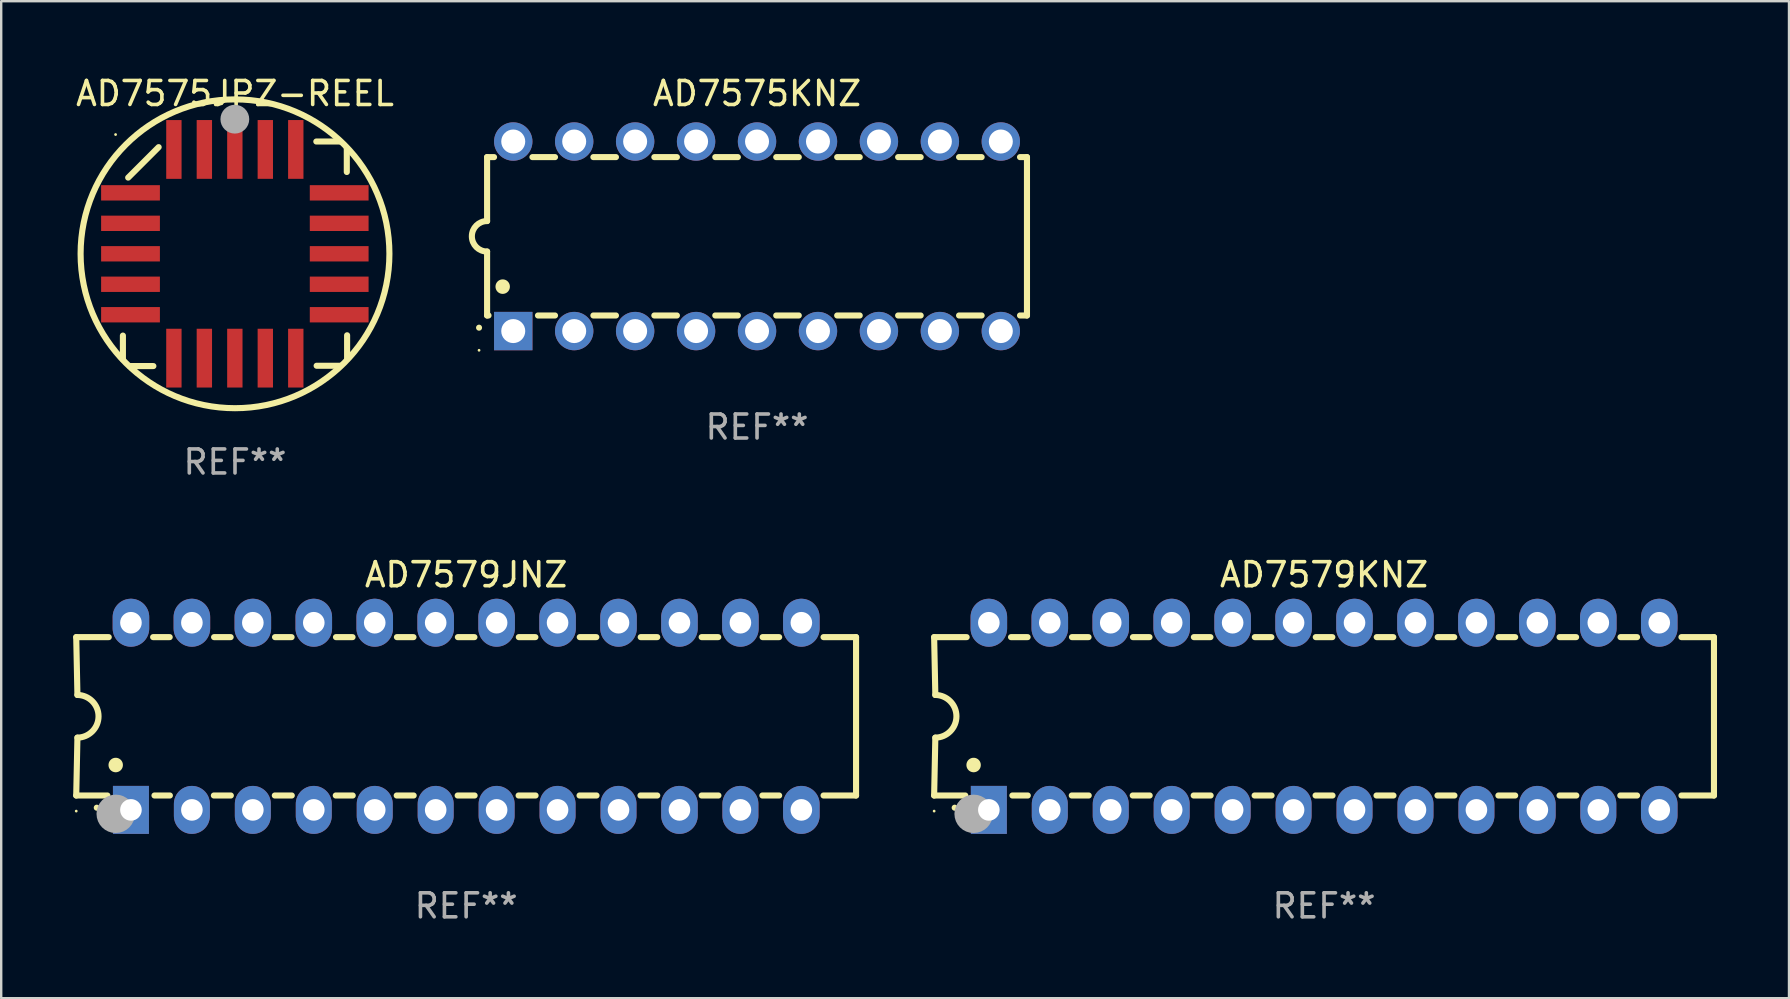
<source format=kicad_pcb>
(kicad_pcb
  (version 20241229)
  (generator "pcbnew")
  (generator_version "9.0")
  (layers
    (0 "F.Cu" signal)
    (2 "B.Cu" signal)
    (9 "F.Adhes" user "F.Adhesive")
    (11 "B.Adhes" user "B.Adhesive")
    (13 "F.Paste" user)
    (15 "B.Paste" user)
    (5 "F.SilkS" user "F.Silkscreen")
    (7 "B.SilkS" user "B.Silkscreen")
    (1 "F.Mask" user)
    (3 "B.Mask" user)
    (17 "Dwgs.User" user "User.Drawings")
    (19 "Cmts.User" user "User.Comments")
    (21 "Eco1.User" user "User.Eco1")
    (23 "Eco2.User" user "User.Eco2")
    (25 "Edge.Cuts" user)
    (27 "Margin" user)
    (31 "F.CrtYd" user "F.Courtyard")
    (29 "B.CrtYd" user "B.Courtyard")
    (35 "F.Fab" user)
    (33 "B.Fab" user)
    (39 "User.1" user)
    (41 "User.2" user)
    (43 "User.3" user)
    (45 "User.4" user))
  (footprint "AD7575KNZ"
    (layer "F.Cu")
    (at 28.5 6.798)
    (property "Reference" "AD7575KNZ" (at 0 -5.95 0) (layer "F.SilkS") (effects (font (size 1 1) (thickness 0.15))))
    (attr through_hole)
    (fp_line (start -11.25 -3.3) (end -11.25 -0.635) (stroke (width 0.254) (type solid)) (layer "F.SilkS"))
    (fp_line (start -11.25 -3.3) (end -10.96 -3.3) (stroke (width 0.254) (type solid)) (layer "F.SilkS"))
    (fp_line (start -11.25 3.3) (end -11.25 0.635) (stroke (width 0.254) (type solid)) (layer "F.SilkS"))
    (fp_line (start -11.25 3.3) (end -11.191 3.3) (stroke (width 0.254) (type solid)) (layer "F.SilkS"))
    (fp_line (start -9.36 -3.3) (end -8.42 -3.3) (stroke (width 0.254) (type solid)) (layer "F.SilkS"))
    (fp_line (start -9.129 3.3) (end -8.42 3.3) (stroke (width 0.254) (type solid)) (layer "F.SilkS"))
    (fp_line (start -6.82 -3.3) (end -5.88 -3.3) (stroke (width 0.254) (type solid)) (layer "F.SilkS"))
    (fp_line (start -6.82 3.3) (end -5.88 3.3) (stroke (width 0.254) (type solid)) (layer "F.SilkS"))
    (fp_line (start -4.28 -3.3) (end -3.34 -3.3) (stroke (width 0.254) (type solid)) (layer "F.SilkS"))
    (fp_line (start -4.28 3.3) (end -3.34 3.3) (stroke (width 0.254) (type solid)) (layer "F.SilkS"))
    (fp_line (start -1.74 -3.3) (end -0.8 -3.3) (stroke (width 0.254) (type solid)) (layer "F.SilkS"))
    (fp_line (start -1.74 3.3) (end -0.8 3.3) (stroke (width 0.254) (type solid)) (layer "F.SilkS"))
    (fp_line (start 0.8 -3.3) (end 1.74 -3.3) (stroke (width 0.254) (type solid)) (layer "F.SilkS"))
    (fp_line (start 0.8 3.3) (end 1.74 3.3) (stroke (width 0.254) (type solid)) (layer "F.SilkS"))
    (fp_line (start 3.34 -3.3) (end 4.28 -3.3) (stroke (width 0.254) (type solid)) (layer "F.SilkS"))
    (fp_line (start 3.34 3.3) (end 4.28 3.3) (stroke (width 0.254) (type solid)) (layer "F.SilkS"))
    (fp_line (start 5.88 -3.3) (end 6.82 -3.3) (stroke (width 0.254) (type solid)) (layer "F.SilkS"))
    (fp_line (start 5.88 3.3) (end 6.82 3.3) (stroke (width 0.254) (type solid)) (layer "F.SilkS"))
    (fp_line (start 8.42 -3.3) (end 9.36 -3.3) (stroke (width 0.254) (type solid)) (layer "F.SilkS"))
    (fp_line (start 8.42 3.3) (end 9.36 3.3) (stroke (width 0.254) (type solid)) (layer "F.SilkS"))
    (fp_line (start 10.96 -3.3) (end 11.25 -3.3) (stroke (width 0.254) (type solid)) (layer "F.SilkS"))
    (fp_line (start 10.96 3.3) (end 11.25 3.3) (stroke (width 0.254) (type solid)) (layer "F.SilkS"))
    (fp_line (start 11.25 -3.3) (end 11.25 3.3) (stroke (width 0.254) (type solid)) (layer "F.SilkS"))
    (fp_arc (start -11.584963 3.810008) (mid -11.58497 3.808738) (end -11.584963 3.807468) (stroke (width 0.25) (type solid)) (layer "F.SilkS"))
    (fp_arc (start -11.250013 0.635001) (mid -11.884684 -0.000165) (end -11.249683 -0.635001) (stroke (width 0.254001) (type solid)) (layer "F.SilkS"))
    (fp_arc (start -10.600025 2.1) (mid -10.600036 2.09746) (end -10.600025 2.09492) (stroke (width 0.6) (type solid)) (layer "F.SilkS"))
    (fp_circle (center -11.585 4.75) (end -11.555 4.75) (stroke (width 0.06) (type solid)) (fill no) (layer "F.SilkS"))
    (fp_text user "REF**" (at 0 7.95 0) (layer "F.Fab") (effects (font (size 1 1) (thickness 0.15))))
    (pad "1" thru_hole rect (at -10.16 3.95 90) (size 1.6 1.6) (drill 1) (layers "*.Cu" "*.Mask"))
    (pad "2" thru_hole circle (at -7.62 3.95 90) (size 1.6 1.6) (drill 1) (layers "*.Cu" "*.Mask"))
    (pad "3" thru_hole circle (at -5.08 3.95 90) (size 1.6 1.6) (drill 1) (layers "*.Cu" "*.Mask"))
    (pad "4" thru_hole circle (at -2.54 3.95 90) (size 1.6 1.6) (drill 1) (layers "*.Cu" "*.Mask"))
    (pad "5" thru_hole circle (at 0 3.95 90) (size 1.6 1.6) (drill 1) (layers "*.Cu" "*.Mask"))
    (pad "6" thru_hole circle (at 2.54 3.95 90) (size 1.6 1.6) (drill 1) (layers "*.Cu" "*.Mask"))
    (pad "7" thru_hole circle (at 5.08 3.95 90) (size 1.6 1.6) (drill 1) (layers "*.Cu" "*.Mask"))
    (pad "8" thru_hole circle (at 7.62 3.95 90) (size 1.6 1.6) (drill 1) (layers "*.Cu" "*.Mask"))
    (pad "9" thru_hole circle (at 10.16 3.95 90) (size 1.6 1.6) (drill 1) (layers "*.Cu" "*.Mask"))
    (pad "10" thru_hole circle (at 10.16 -3.95 90) (size 1.6 1.6) (drill 1) (layers "*.Cu" "*.Mask"))
    (pad "11" thru_hole circle (at 7.62 -3.95 90) (size 1.6 1.6) (drill 1) (layers "*.Cu" "*.Mask"))
    (pad "12" thru_hole circle (at 5.08 -3.95 90) (size 1.6 1.6) (drill 1) (layers "*.Cu" "*.Mask"))
    (pad "13" thru_hole circle (at 2.54 -3.95 90) (size 1.6 1.6) (drill 1) (layers "*.Cu" "*.Mask"))
    (pad "14" thru_hole circle (at 0 -3.95 90) (size 1.6 1.6) (drill 1) (layers "*.Cu" "*.Mask"))
    (pad "15" thru_hole circle (at -2.54 -3.95 90) (size 1.6 1.6) (drill 1) (layers "*.Cu" "*.Mask"))
    (pad "16" thru_hole circle (at -5.08 -3.95 90) (size 1.6 1.6) (drill 1) (layers "*.Cu" "*.Mask"))
    (pad "17" thru_hole circle (at -7.62 -3.95 90) (size 1.6 1.6) (drill 1) (layers "*.Cu" "*.Mask"))
    (pad "18" thru_hole circle (at -10.16 -3.95 90) (size 1.6 1.6) (drill 1) (layers "*.Cu" "*.Mask")))
  (footprint "AD7575JPZ-REEL"
    (layer "F.Cu")
    (at 6.744 7.527)
    (property "Reference" "AD7575JPZ-REEL" (at 0 -6.679 0) (layer "F.SilkS") (effects (font (size 1 1) (thickness 0.15))))
    (attr through_hole)
    (fp_line (start -4.672 4.4) (end -4.672 3.409) (stroke (width 0.254) (type solid)) (layer "F.SilkS"))
    (fp_line (start -4.452 -3.175) (end -3.182 -4.445) (stroke (width 0.254) (type solid)) (layer "F.SilkS"))
    (fp_line (start -4.393 4.679) (end -3.402 4.679) (stroke (width 0.254) (type solid)) (layer "F.SilkS"))
    (fp_line (start 4.379 -4.679) (end 3.389 -4.679) (stroke (width 0.254) (type solid)) (layer "F.SilkS"))
    (fp_line (start 4.393 4.666) (end 3.402 4.666) (stroke (width 0.254) (type solid)) (layer "F.SilkS"))
    (fp_line (start 4.659 -4.4) (end 4.659 -3.409) (stroke (width 0.254) (type solid)) (layer "F.SilkS"))
    (fp_line (start 4.672 4.386) (end 4.672 3.396) (stroke (width 0.254) (type solid)) (layer "F.SilkS"))
    (fp_arc (start -4.672276 4.424968) (mid 4.672254 -4.424946) (end -4.672276 4.424968) (stroke (width 0.254001) (type solid)) (layer "F.SilkS"))
    (fp_arc (start 0.089827 -5.759969) (mid 0.097662 -5.803742) (end 0.120307 -5.842012) (stroke (width 0.249936) (type solid)) (layer "F.SilkS"))
    (fp_circle (center -4.977 -4.97) (end -4.947 -4.97) (stroke (width 0.06) (type solid)) (fill no) (layer "F.SilkS"))
    (fp_circle (center -0.007 -5.61) (end 0.293 -5.61) (stroke (width 0.6) (type solid)) (fill no) (layer "F.Fab"))
    (fp_text user "REF**" (at 0 8.679 0) (layer "F.Fab") (effects (font (size 1 1) (thickness 0.15))))
    (pad "1" smd rect (at -0.007 -4.349) (size 0.64 2.45) (layers "F.Cu" "F.Mask" "F.Paste"))
    (pad "2" smd rect (at -1.277 -4.349) (size 0.64 2.45) (layers "F.Cu" "F.Mask" "F.Paste"))
    (pad "3" smd rect (at -2.547 -4.348) (size 0.64 2.45) (layers "F.Cu" "F.Mask" "F.Paste"))
    (pad "4" smd rect (at -4.355 -2.54) (size 2.45 0.64) (layers "F.Cu" "F.Mask" "F.Paste"))
    (pad "5" smd rect (at -4.355 -1.27) (size 2.45 0.64) (layers "F.Cu" "F.Mask" "F.Paste"))
    (pad "6" smd rect (at -4.355 0) (size 2.45 0.64) (layers "F.Cu" "F.Mask" "F.Paste"))
    (pad "7" smd rect (at -4.355 1.27) (size 2.45 0.64) (layers "F.Cu" "F.Mask" "F.Paste"))
    (pad "8" smd rect (at -4.355 2.54) (size 2.45 0.64) (layers "F.Cu" "F.Mask" "F.Paste"))
    (pad "9" smd rect (at -2.547 4.349) (size 0.64 2.45) (layers "F.Cu" "F.Mask" "F.Paste"))
    (pad "10" smd rect (at -1.277 4.349) (size 0.64 2.45) (layers "F.Cu" "F.Mask" "F.Paste"))
    (pad "11" smd rect (at -0.007 4.349) (size 0.64 2.45) (layers "F.Cu" "F.Mask" "F.Paste"))
    (pad "12" smd rect (at 1.263 4.349) (size 0.64 2.45) (layers "F.Cu" "F.Mask" "F.Paste"))
    (pad "13" smd rect (at 2.533 4.349) (size 0.64 2.45) (layers "F.Cu" "F.Mask" "F.Paste"))
    (pad "14" smd rect (at 4.342 2.54) (size 2.45 0.64) (layers "F.Cu" "F.Mask" "F.Paste"))
    (pad "15" smd rect (at 4.342 1.27) (size 2.45 0.64) (layers "F.Cu" "F.Mask" "F.Paste"))
    (pad "16" smd rect (at 4.342 0) (size 2.45 0.64) (layers "F.Cu" "F.Mask" "F.Paste"))
    (pad "17" smd rect (at 4.342 -1.27) (size 2.45 0.64) (layers "F.Cu" "F.Mask" "F.Paste"))
    (pad "18" smd rect (at 4.342 -2.54) (size 2.45 0.64) (layers "F.Cu" "F.Mask" "F.Paste"))
    (pad "19" smd rect (at 2.533 -4.349) (size 0.64 2.45) (layers "F.Cu" "F.Mask" "F.Paste"))
    (pad "20" smd rect (at 1.263 -4.349) (size 0.64 2.45) (layers "F.Cu" "F.Mask" "F.Paste")))
  (footprint "AD7579JNZ"
    (layer "F.Cu")
    (at 16.377 26.803)
    (property "Reference" "AD7579JNZ" (at 0 -5.9 0) (layer "F.SilkS") (effects (font (size 1 1) (thickness 0.15))))
    (attr through_hole)
    (fp_line (start -16.25 -3.3) (end -16.2 -0.889) (stroke (width 0.254) (type solid)) (layer "F.SilkS"))
    (fp_line (start -16.25 -3.3) (end -14.895 -3.3) (stroke (width 0.254) (type solid)) (layer "F.SilkS"))
    (fp_line (start -16.25 3.3) (end -16.2 0.889) (stroke (width 0.254) (type solid)) (layer "F.SilkS"))
    (fp_line (start -16.25 3.3) (end -14.951 3.3) (stroke (width 0.254) (type solid)) (layer "F.SilkS"))
    (fp_line (start -13.045 -3.3) (end -12.355 -3.3) (stroke (width 0.254) (type solid)) (layer "F.SilkS"))
    (fp_line (start -12.989 3.3) (end -12.347 3.3) (stroke (width 0.254) (type solid)) (layer "F.SilkS"))
    (fp_line (start -10.514 3.3) (end -9.807 3.3) (stroke (width 0.254) (type solid)) (layer "F.SilkS"))
    (fp_line (start -10.505 -3.3) (end -9.815 -3.3) (stroke (width 0.254) (type solid)) (layer "F.SilkS"))
    (fp_line (start -7.974 3.3) (end -7.267 3.3) (stroke (width 0.254) (type solid)) (layer "F.SilkS"))
    (fp_line (start -7.965 -3.3) (end -7.275 -3.3) (stroke (width 0.254) (type solid)) (layer "F.SilkS"))
    (fp_line (start -5.434 3.3) (end -4.727 3.3) (stroke (width 0.254) (type solid)) (layer "F.SilkS"))
    (fp_line (start -5.425 -3.3) (end -4.735 -3.3) (stroke (width 0.254) (type solid)) (layer "F.SilkS"))
    (fp_line (start -2.894 3.3) (end -2.187 3.3) (stroke (width 0.254) (type solid)) (layer "F.SilkS"))
    (fp_line (start -2.885 -3.3) (end -2.195 -3.3) (stroke (width 0.254) (type solid)) (layer "F.SilkS"))
    (fp_line (start -0.354 3.3) (end 0.353 3.3) (stroke (width 0.254) (type solid)) (layer "F.SilkS"))
    (fp_line (start -0.345 -3.3) (end 0.345 -3.3) (stroke (width 0.254) (type solid)) (layer "F.SilkS"))
    (fp_line (start 2.186 3.3) (end 2.893 3.3) (stroke (width 0.254) (type solid)) (layer "F.SilkS"))
    (fp_line (start 2.195 -3.3) (end 2.885 -3.3) (stroke (width 0.254) (type solid)) (layer "F.SilkS"))
    (fp_line (start 4.726 3.3) (end 5.434 3.3) (stroke (width 0.254) (type solid)) (layer "F.SilkS"))
    (fp_line (start 4.735 -3.3) (end 5.425 -3.3) (stroke (width 0.254) (type solid)) (layer "F.SilkS"))
    (fp_line (start 7.266 3.3) (end 7.965 3.3) (stroke (width 0.254) (type solid)) (layer "F.SilkS"))
    (fp_line (start 7.275 -3.3) (end 7.965 -3.3) (stroke (width 0.254) (type solid)) (layer "F.SilkS"))
    (fp_line (start 9.815 -3.3) (end 10.505 -3.3) (stroke (width 0.254) (type solid)) (layer "F.SilkS"))
    (fp_line (start 9.815 3.3) (end 10.514 3.3) (stroke (width 0.254) (type solid)) (layer "F.SilkS"))
    (fp_line (start 12.346 3.3) (end 13.045 3.3) (stroke (width 0.254) (type solid)) (layer "F.SilkS"))
    (fp_line (start 12.355 -3.3) (end 13.045 -3.3) (stroke (width 0.254) (type solid)) (layer "F.SilkS"))
    (fp_line (start 16.25 -3.3) (end 14.895 -3.3) (stroke (width 0.254) (type solid)) (layer "F.SilkS"))
    (fp_line (start 16.25 -3.3) (end 16.25 3.3) (stroke (width 0.254) (type solid)) (layer "F.SilkS"))
    (fp_line (start 16.25 3.3) (end 14.895 3.3) (stroke (width 0.254) (type solid)) (layer "F.SilkS"))
    (fp_arc (start -16.201016 -0.890146) (mid -15.311429 -0.001055) (end -16.200025 0.889027) (stroke (width 0.254001) (type solid)) (layer "F.SilkS"))
    (fp_arc (start -15.394971 3.810033) (mid -15.394978 3.808763) (end -15.394971 3.807493) (stroke (width 0.25) (type solid)) (layer "F.SilkS"))
    (fp_arc (start -14.605029 2.032029) (mid -14.60504 2.029489) (end -14.605029 2.026949) (stroke (width 0.6) (type solid)) (layer "F.SilkS"))
    (fp_circle (center -16.25 3.95) (end -16.22 3.95) (stroke (width 0.06) (type solid)) (fill no) (layer "F.SilkS"))
    (fp_circle (center -14.605 4.064) (end -14.205 4.064) (stroke (width 0.8) (type solid)) (fill no) (layer "F.Fab"))
    (fp_text user "REF**" (at 0 7.9 0) (layer "F.Fab") (effects (font (size 1 1) (thickness 0.15))))
    (pad "1" thru_hole rect (at -13.97 3.9 90) (size 2 1.5) (drill 0.9) (layers "*.Cu" "*.Mask"))
    (pad "2" thru_hole oval (at -11.43 3.9 90) (size 2 1.5) (drill 0.9) (layers "*.Cu" "*.Mask"))
    (pad "3" thru_hole oval (at -8.89 3.9 90) (size 2 1.5) (drill 0.9) (layers "*.Cu" "*.Mask"))
    (pad "4" thru_hole oval (at -6.35 3.9 90) (size 2 1.5) (drill 0.9) (layers "*.Cu" "*.Mask"))
    (pad "5" thru_hole oval (at -3.81 3.9 90) (size 2 1.5) (drill 0.9) (layers "*.Cu" "*.Mask"))
    (pad "6" thru_hole oval (at -1.27 3.9 90) (size 2 1.5) (drill 0.9) (layers "*.Cu" "*.Mask"))
    (pad "7" thru_hole oval (at 1.27 3.9 90) (size 2 1.5) (drill 0.9) (layers "*.Cu" "*.Mask"))
    (pad "8" thru_hole oval (at 3.81 3.9 90) (size 2 1.5) (drill 0.9) (layers "*.Cu" "*.Mask"))
    (pad "9" thru_hole oval (at 6.35 3.9 90) (size 2 1.5) (drill 0.9) (layers "*.Cu" "*.Mask"))
    (pad "10" thru_hole oval (at 8.89 3.9 90) (size 2 1.524) (drill 0.9) (layers "*.Cu" "*.Mask"))
    (pad "11" thru_hole oval (at 11.43 3.9 90) (size 2 1.5) (drill 0.9) (layers "*.Cu" "*.Mask"))
    (pad "12" thru_hole oval (at 13.97 3.9 90) (size 2 1.524) (drill 0.9) (layers "*.Cu" "*.Mask"))
    (pad "13" thru_hole oval (at 13.97 -3.9 90) (size 2 1.524) (drill 0.9) (layers "*.Cu" "*.Mask"))
    (pad "14" thru_hole oval (at 11.43 -3.9 90) (size 2 1.524) (drill 0.9) (layers "*.Cu" "*.Mask"))
    (pad "15" thru_hole oval (at 8.89 -3.9 90) (size 2 1.524) (drill 0.9) (layers "*.Cu" "*.Mask"))
    (pad "16" thru_hole oval (at 6.35 -3.9 90) (size 2 1.524) (drill 0.9) (layers "*.Cu" "*.Mask"))
    (pad "17" thru_hole oval (at 3.81 -3.9 90) (size 2 1.524) (drill 0.9) (layers "*.Cu" "*.Mask"))
    (pad "18" thru_hole oval (at 1.27 -3.9 90) (size 2 1.524) (drill 0.9) (layers "*.Cu" "*.Mask"))
    (pad "19" thru_hole oval (at -1.27 -3.9 90) (size 2 1.524) (drill 0.9) (layers "*.Cu" "*.Mask"))
    (pad "20" thru_hole oval (at -3.81 -3.9 90) (size 2 1.524) (drill 0.9) (layers "*.Cu" "*.Mask"))
    (pad "21" thru_hole oval (at -6.35 -3.9 90) (size 2 1.524) (drill 0.9) (layers "*.Cu" "*.Mask"))
    (pad "22" thru_hole oval (at -8.89 -3.9 90) (size 2 1.524) (drill 0.9) (layers "*.Cu" "*.Mask"))
    (pad "23" thru_hole oval (at -11.43 -3.9 90) (size 2 1.524) (drill 0.9) (layers "*.Cu" "*.Mask"))
    (pad "24" thru_hole oval (at -13.97 -3.9 90) (size 2 1.524) (drill 0.9) (layers "*.Cu" "*.Mask")))
  (footprint "AD7579KNZ"
    (layer "F.Cu")
    (at 52.131 26.803)
    (property "Reference" "AD7579KNZ" (at 0 -5.9 0) (layer "F.SilkS") (effects (font (size 1 1) (thickness 0.15))))
    (attr through_hole)
    (fp_line (start -16.25 -3.3) (end -16.2 -0.889) (stroke (width 0.254) (type solid)) (layer "F.SilkS"))
    (fp_line (start -16.25 -3.3) (end -14.895 -3.3) (stroke (width 0.254) (type solid)) (layer "F.SilkS"))
    (fp_line (start -16.25 3.3) (end -16.2 0.889) (stroke (width 0.254) (type solid)) (layer "F.SilkS"))
    (fp_line (start -16.25 3.3) (end -14.951 3.3) (stroke (width 0.254) (type solid)) (layer "F.SilkS"))
    (fp_line (start -13.045 -3.3) (end -12.355 -3.3) (stroke (width 0.254) (type solid)) (layer "F.SilkS"))
    (fp_line (start -12.989 3.3) (end -12.347 3.3) (stroke (width 0.254) (type solid)) (layer "F.SilkS"))
    (fp_line (start -10.514 3.3) (end -9.807 3.3) (stroke (width 0.254) (type solid)) (layer "F.SilkS"))
    (fp_line (start -10.505 -3.3) (end -9.815 -3.3) (stroke (width 0.254) (type solid)) (layer "F.SilkS"))
    (fp_line (start -7.974 3.3) (end -7.267 3.3) (stroke (width 0.254) (type solid)) (layer "F.SilkS"))
    (fp_line (start -7.965 -3.3) (end -7.275 -3.3) (stroke (width 0.254) (type solid)) (layer "F.SilkS"))
    (fp_line (start -5.434 3.3) (end -4.727 3.3) (stroke (width 0.254) (type solid)) (layer "F.SilkS"))
    (fp_line (start -5.425 -3.3) (end -4.735 -3.3) (stroke (width 0.254) (type solid)) (layer "F.SilkS"))
    (fp_line (start -2.894 3.3) (end -2.187 3.3) (stroke (width 0.254) (type solid)) (layer "F.SilkS"))
    (fp_line (start -2.885 -3.3) (end -2.195 -3.3) (stroke (width 0.254) (type solid)) (layer "F.SilkS"))
    (fp_line (start -0.354 3.3) (end 0.353 3.3) (stroke (width 0.254) (type solid)) (layer "F.SilkS"))
    (fp_line (start -0.345 -3.3) (end 0.345 -3.3) (stroke (width 0.254) (type solid)) (layer "F.SilkS"))
    (fp_line (start 2.186 3.3) (end 2.893 3.3) (stroke (width 0.254) (type solid)) (layer "F.SilkS"))
    (fp_line (start 2.195 -3.3) (end 2.885 -3.3) (stroke (width 0.254) (type solid)) (layer "F.SilkS"))
    (fp_line (start 4.726 3.3) (end 5.434 3.3) (stroke (width 0.254) (type solid)) (layer "F.SilkS"))
    (fp_line (start 4.735 -3.3) (end 5.425 -3.3) (stroke (width 0.254) (type solid)) (layer "F.SilkS"))
    (fp_line (start 7.266 3.3) (end 7.965 3.3) (stroke (width 0.254) (type solid)) (layer "F.SilkS"))
    (fp_line (start 7.275 -3.3) (end 7.965 -3.3) (stroke (width 0.254) (type solid)) (layer "F.SilkS"))
    (fp_line (start 9.815 -3.3) (end 10.505 -3.3) (stroke (width 0.254) (type solid)) (layer "F.SilkS"))
    (fp_line (start 9.815 3.3) (end 10.514 3.3) (stroke (width 0.254) (type solid)) (layer "F.SilkS"))
    (fp_line (start 12.346 3.3) (end 13.045 3.3) (stroke (width 0.254) (type solid)) (layer "F.SilkS"))
    (fp_line (start 12.355 -3.3) (end 13.045 -3.3) (stroke (width 0.254) (type solid)) (layer "F.SilkS"))
    (fp_line (start 16.25 -3.3) (end 14.895 -3.3) (stroke (width 0.254) (type solid)) (layer "F.SilkS"))
    (fp_line (start 16.25 -3.3) (end 16.25 3.3) (stroke (width 0.254) (type solid)) (layer "F.SilkS"))
    (fp_line (start 16.25 3.3) (end 14.895 3.3) (stroke (width 0.254) (type solid)) (layer "F.SilkS"))
    (fp_arc (start -16.201016 -0.890146) (mid -15.311429 -0.001055) (end -16.200025 0.889027) (stroke (width 0.254001) (type solid)) (layer "F.SilkS"))
    (fp_arc (start -15.394971 3.810033) (mid -15.394978 3.808763) (end -15.394971 3.807493) (stroke (width 0.25) (type solid)) (layer "F.SilkS"))
    (fp_arc (start -14.605029 2.032029) (mid -14.60504 2.029489) (end -14.605029 2.026949) (stroke (width 0.6) (type solid)) (layer "F.SilkS"))
    (fp_circle (center -16.25 3.95) (end -16.22 3.95) (stroke (width 0.06) (type solid)) (fill no) (layer "F.SilkS"))
    (fp_circle (center -14.605 4.064) (end -14.205 4.064) (stroke (width 0.8) (type solid)) (fill no) (layer "F.Fab"))
    (fp_text user "REF**" (at 0 7.9 0) (layer "F.Fab") (effects (font (size 1 1) (thickness 0.15))))
    (pad "1" thru_hole rect (at -13.97 3.9 90) (size 2 1.5) (drill 0.9) (layers "*.Cu" "*.Mask"))
    (pad "2" thru_hole oval (at -11.43 3.9 90) (size 2 1.5) (drill 0.9) (layers "*.Cu" "*.Mask"))
    (pad "3" thru_hole oval (at -8.89 3.9 90) (size 2 1.5) (drill 0.9) (layers "*.Cu" "*.Mask"))
    (pad "4" thru_hole oval (at -6.35 3.9 90) (size 2 1.5) (drill 0.9) (layers "*.Cu" "*.Mask"))
    (pad "5" thru_hole oval (at -3.81 3.9 90) (size 2 1.5) (drill 0.9) (layers "*.Cu" "*.Mask"))
    (pad "6" thru_hole oval (at -1.27 3.9 90) (size 2 1.5) (drill 0.9) (layers "*.Cu" "*.Mask"))
    (pad "7" thru_hole oval (at 1.27 3.9 90) (size 2 1.5) (drill 0.9) (layers "*.Cu" "*.Mask"))
    (pad "8" thru_hole oval (at 3.81 3.9 90) (size 2 1.5) (drill 0.9) (layers "*.Cu" "*.Mask"))
    (pad "9" thru_hole oval (at 6.35 3.9 90) (size 2 1.5) (drill 0.9) (layers "*.Cu" "*.Mask"))
    (pad "10" thru_hole oval (at 8.89 3.9 90) (size 2 1.524) (drill 0.9) (layers "*.Cu" "*.Mask"))
    (pad "11" thru_hole oval (at 11.43 3.9 90) (size 2 1.5) (drill 0.9) (layers "*.Cu" "*.Mask"))
    (pad "12" thru_hole oval (at 13.97 3.9 90) (size 2 1.524) (drill 0.9) (layers "*.Cu" "*.Mask"))
    (pad "13" thru_hole oval (at 13.97 -3.9 90) (size 2 1.524) (drill 0.9) (layers "*.Cu" "*.Mask"))
    (pad "14" thru_hole oval (at 11.43 -3.9 90) (size 2 1.524) (drill 0.9) (layers "*.Cu" "*.Mask"))
    (pad "15" thru_hole oval (at 8.89 -3.9 90) (size 2 1.524) (drill 0.9) (layers "*.Cu" "*.Mask"))
    (pad "16" thru_hole oval (at 6.35 -3.9 90) (size 2 1.524) (drill 0.9) (layers "*.Cu" "*.Mask"))
    (pad "17" thru_hole oval (at 3.81 -3.9 90) (size 2 1.524) (drill 0.9) (layers "*.Cu" "*.Mask"))
    (pad "18" thru_hole oval (at 1.27 -3.9 90) (size 2 1.524) (drill 0.9) (layers "*.Cu" "*.Mask"))
    (pad "19" thru_hole oval (at -1.27 -3.9 90) (size 2 1.524) (drill 0.9) (layers "*.Cu" "*.Mask"))
    (pad "20" thru_hole oval (at -3.81 -3.9 90) (size 2 1.524) (drill 0.9) (layers "*.Cu" "*.Mask"))
    (pad "21" thru_hole oval (at -6.35 -3.9 90) (size 2 1.524) (drill 0.9) (layers "*.Cu" "*.Mask"))
    (pad "22" thru_hole oval (at -8.89 -3.9 90) (size 2 1.524) (drill 0.9) (layers "*.Cu" "*.Mask"))
    (pad "23" thru_hole oval (at -11.43 -3.9 90) (size 2 1.524) (drill 0.9) (layers "*.Cu" "*.Mask"))
    (pad "24" thru_hole oval (at -13.97 -3.9 90) (size 2 1.524) (drill 0.9) (layers "*.Cu" "*.Mask")))
  (gr_rect
    (start -3 -3)
    (end 71.508 38.551)
    (stroke (width 0.1) (type default))
    (fill no)
    (layer "Edge.Cuts")))
</source>
